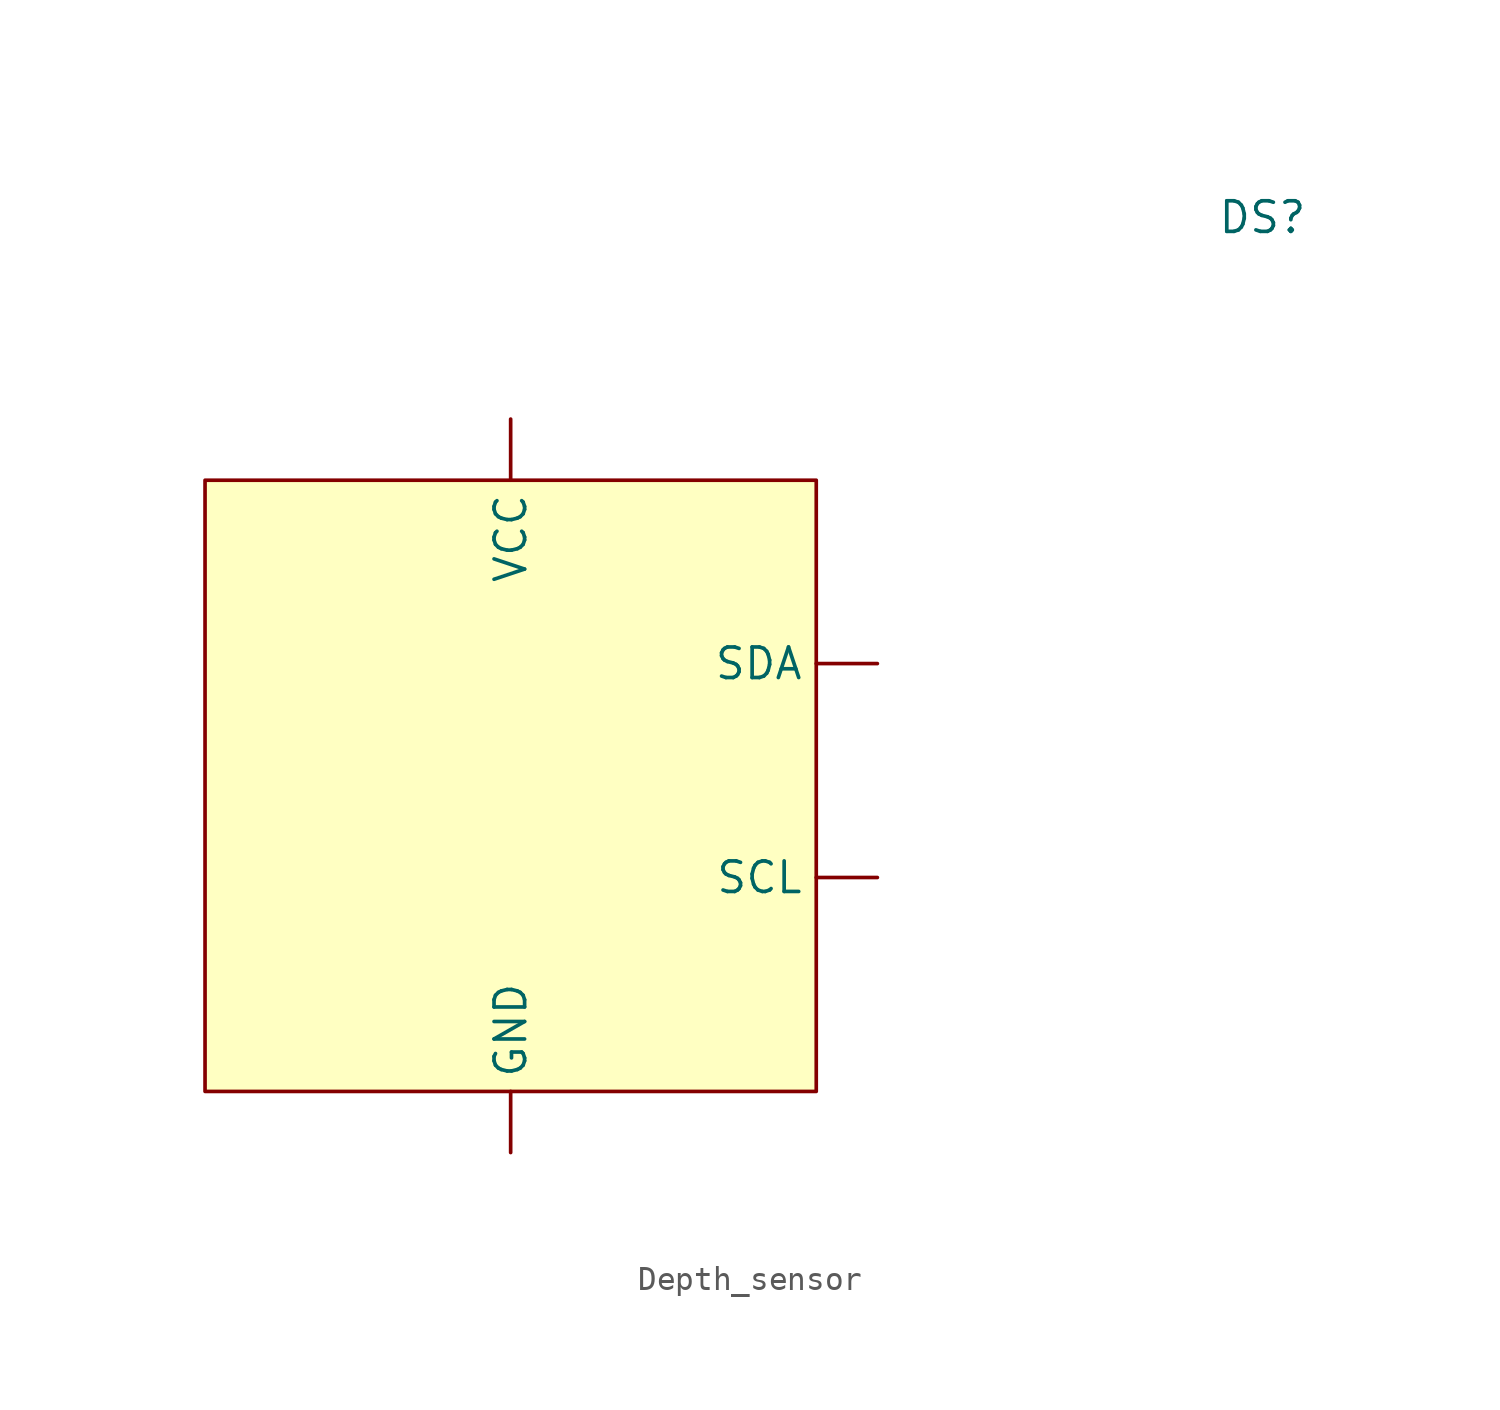
<source format=kicad_sym>
(kicad_symbol_lib
  (version 20241209)
  (generator "kicad_symbol_editor")
  (generator_version "9.0")
  (symbol "Depth_sensor"
    (property "Reference" "DS"
      (at 31.242 23.622 0)
      (effects (font (size 1.27 1.27))))
    (property "Value" ""
      (at 0 0 0)
      (effects (font (size 1.27 1.27))))
    (symbol "Depth_sensor_1_1"
      (rectangle (start -12.7 12.7) (end 12.7 -12.7) (stroke (width 0) (type solid)) (fill (type background)))
      (pin power_in line (at 0 15.24 270) (length 2.54) (name "VCC" (effects (font (size 1.27 1.27)))) (number "" (effects (font (size 1.27 1.27)))))
      (pin power_in line (at 0 -15.24 90) (length 2.54) (name "GND" (effects (font (size 1.27 1.27)))) (number "" (effects (font (size 1.27 1.27)))))
      (pin bidirectional line (at 15.24 5.08 180) (length 2.54) (name "SDA" (effects (font (size 1.27 1.27)))) (number "" (effects (font (size 1.27 1.27)))))
      (pin input line (at 15.24 -3.81 180) (length 2.54) (name "SCL" (effects (font (size 1.27 1.27)))) (number "" (effects (font (size 1.27 1.27))))))))
</source>
